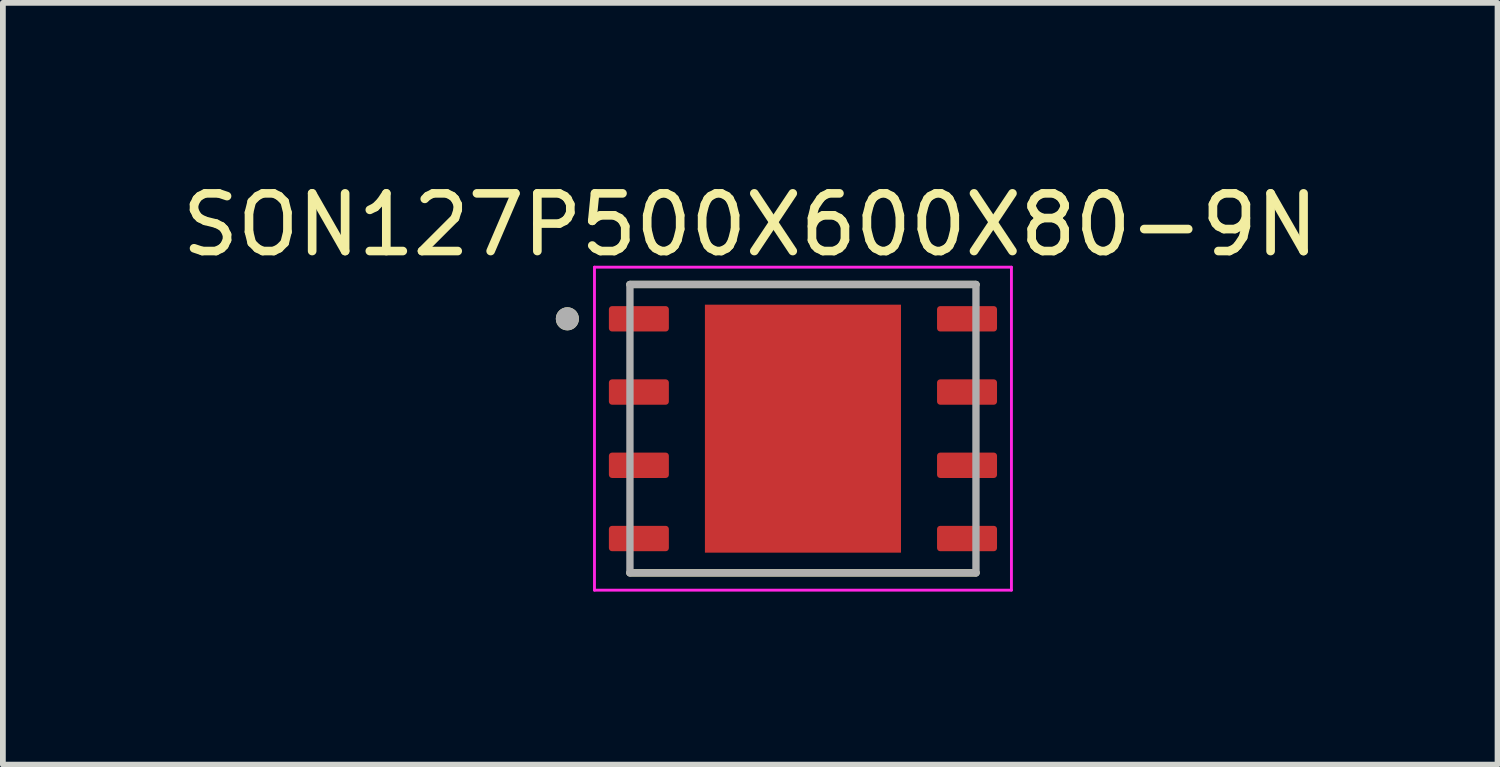
<source format=kicad_pcb>
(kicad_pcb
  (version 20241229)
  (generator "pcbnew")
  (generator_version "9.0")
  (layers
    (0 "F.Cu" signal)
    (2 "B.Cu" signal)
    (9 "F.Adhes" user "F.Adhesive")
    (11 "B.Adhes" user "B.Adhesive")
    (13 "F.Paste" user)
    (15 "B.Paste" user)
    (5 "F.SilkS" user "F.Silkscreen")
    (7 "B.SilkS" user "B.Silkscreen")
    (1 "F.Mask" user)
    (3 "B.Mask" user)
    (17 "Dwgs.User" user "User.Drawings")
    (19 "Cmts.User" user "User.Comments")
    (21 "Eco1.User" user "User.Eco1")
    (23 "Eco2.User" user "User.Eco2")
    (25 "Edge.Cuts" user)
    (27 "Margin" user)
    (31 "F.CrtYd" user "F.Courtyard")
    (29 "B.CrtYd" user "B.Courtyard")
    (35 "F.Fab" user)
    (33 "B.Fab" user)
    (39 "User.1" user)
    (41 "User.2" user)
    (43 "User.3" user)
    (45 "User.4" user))
  (footprint "SON127P500X600X80-9N"
    (layer "F.Cu")
    (at 10.873 4.383)
    (property "Reference" "SON127P500X600X80-9N" (at -0.915 -3.535 0) (layer "F.SilkS") (effects (font (size 1 1) (thickness 0.15))))
    (attr smd)
    (fp_line (start -3 -2.5) (end 3 -2.5) (stroke (width 0.127) (type solid)) (layer "F.SilkS"))
    (fp_line (start -3 2.5) (end 3 2.5) (stroke (width 0.127) (type solid)) (layer "F.SilkS"))
    (fp_circle (center -4.085 -1.905) (end -3.985 -1.905) (stroke (width 0.2) (type solid)) (fill no) (layer "F.SilkS"))
    (fp_poly (pts (xy -1.08 -1.36) (xy 1.08 -1.36) (xy 1.08 1.36) (xy -1.08 1.36)) (stroke (width 0.01) (type solid)) (fill yes) (layer "F.Paste"))
    (fp_line (start -3.615 -2.8) (end -3.615 2.8) (stroke (width 0.05) (type solid)) (layer "F.CrtYd"))
    (fp_line (start -3.615 -2.8) (end 3.615 -2.8) (stroke (width 0.05) (type solid)) (layer "F.CrtYd"))
    (fp_line (start -3.615 2.8) (end 3.615 2.8) (stroke (width 0.05) (type solid)) (layer "F.CrtYd"))
    (fp_line (start 3.615 -2.8) (end 3.615 2.8) (stroke (width 0.05) (type solid)) (layer "F.CrtYd"))
    (fp_line (start -3 -2.5) (end -3 2.5) (stroke (width 0.127) (type solid)) (layer "F.Fab"))
    (fp_line (start -3 -2.5) (end 3 -2.5) (stroke (width 0.127) (type solid)) (layer "F.Fab"))
    (fp_line (start -3 2.5) (end 3 2.5) (stroke (width 0.127) (type solid)) (layer "F.Fab"))
    (fp_line (start 3 -2.5) (end 3 2.5) (stroke (width 0.127) (type solid)) (layer "F.Fab"))
    (fp_circle (center -4.085 -1.905) (end -3.985 -1.905) (stroke (width 0.2) (type solid)) (fill no) (layer "F.Fab"))
    (pad "1" smd roundrect (at -2.845 -1.905) (size 1.04 0.44) (layers "F.Cu" "F.Mask" "F.Paste") (roundrect_rratio 0.125))
    (pad "2" smd roundrect (at -2.845 -0.635) (size 1.04 0.44) (layers "F.Cu" "F.Mask" "F.Paste") (roundrect_rratio 0.125))
    (pad "3" smd roundrect (at -2.845 0.635) (size 1.04 0.44) (layers "F.Cu" "F.Mask" "F.Paste") (roundrect_rratio 0.125))
    (pad "4" smd roundrect (at -2.845 1.905) (size 1.04 0.44) (layers "F.Cu" "F.Mask" "F.Paste") (roundrect_rratio 0.125))
    (pad "5" smd roundrect (at 2.845 1.905) (size 1.04 0.44) (layers "F.Cu" "F.Mask" "F.Paste") (roundrect_rratio 0.125))
    (pad "6" smd roundrect (at 2.845 0.635) (size 1.04 0.44) (layers "F.Cu" "F.Mask" "F.Paste") (roundrect_rratio 0.125))
    (pad "7" smd roundrect (at 2.845 -0.635) (size 1.04 0.44) (layers "F.Cu" "F.Mask" "F.Paste") (roundrect_rratio 0.125))
    (pad "8" smd roundrect (at 2.845 -1.905) (size 1.04 0.44) (layers "F.Cu" "F.Mask" "F.Paste") (roundrect_rratio 0.125))
    (pad "9" smd rect (at 0 0) (size 3.4 4.3) (layers "F.Cu" "F.Mask")))
  (gr_rect
    (start -3 -3)
    (end 22.917 10.208)
    (stroke (width 0.1) (type default))
    (fill no)
    (layer "Edge.Cuts")))
</source>
